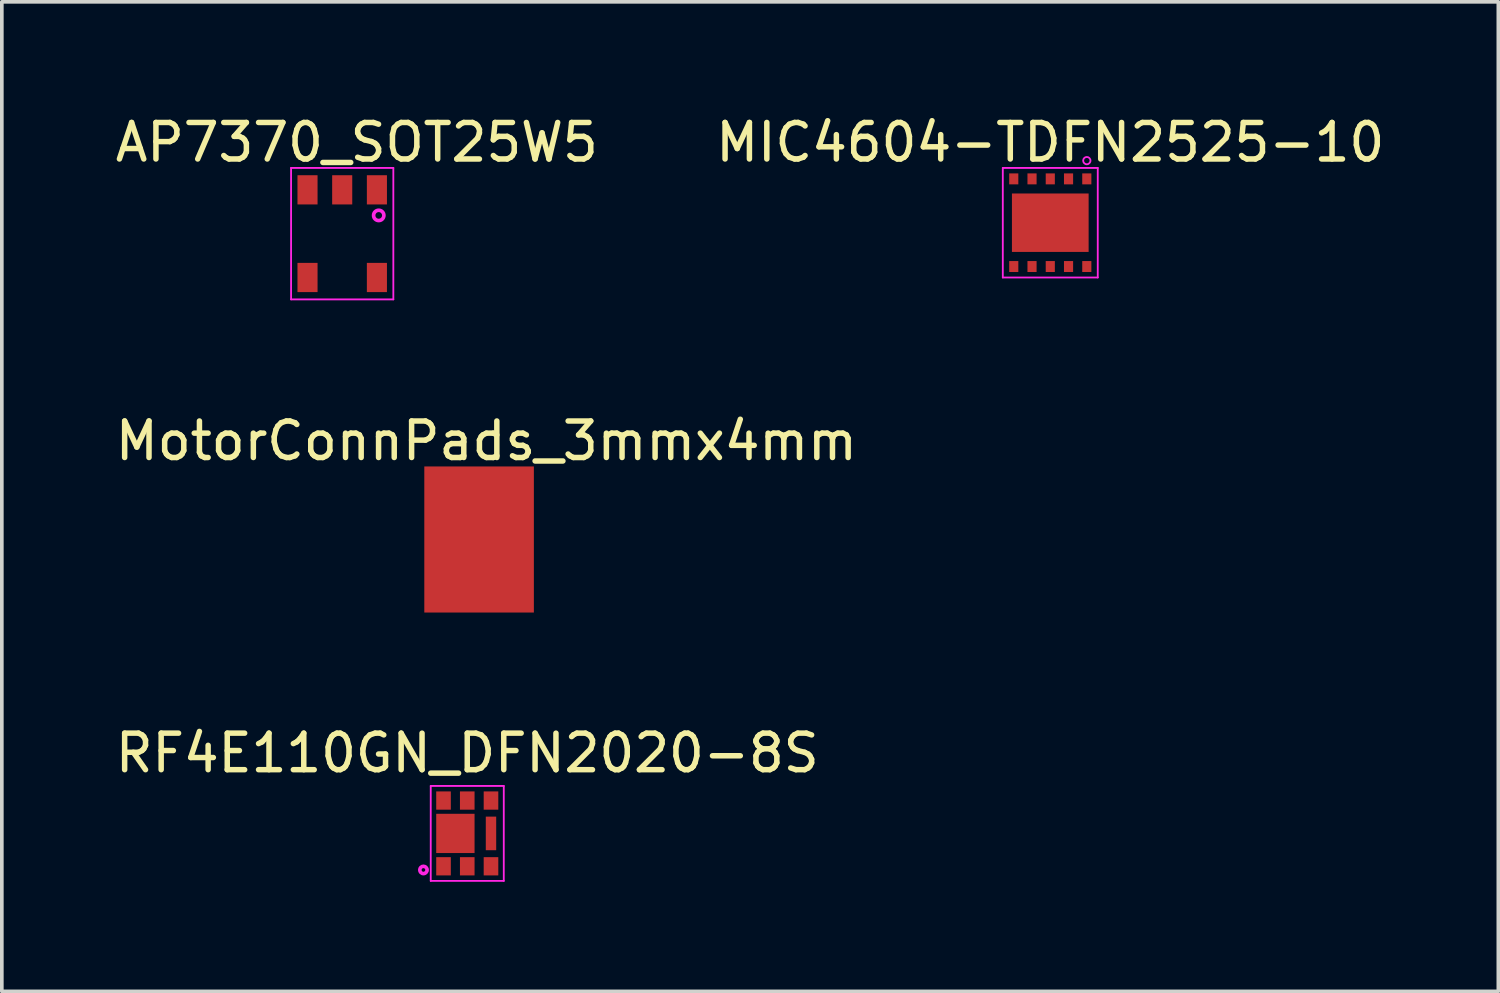
<source format=kicad_pcb>
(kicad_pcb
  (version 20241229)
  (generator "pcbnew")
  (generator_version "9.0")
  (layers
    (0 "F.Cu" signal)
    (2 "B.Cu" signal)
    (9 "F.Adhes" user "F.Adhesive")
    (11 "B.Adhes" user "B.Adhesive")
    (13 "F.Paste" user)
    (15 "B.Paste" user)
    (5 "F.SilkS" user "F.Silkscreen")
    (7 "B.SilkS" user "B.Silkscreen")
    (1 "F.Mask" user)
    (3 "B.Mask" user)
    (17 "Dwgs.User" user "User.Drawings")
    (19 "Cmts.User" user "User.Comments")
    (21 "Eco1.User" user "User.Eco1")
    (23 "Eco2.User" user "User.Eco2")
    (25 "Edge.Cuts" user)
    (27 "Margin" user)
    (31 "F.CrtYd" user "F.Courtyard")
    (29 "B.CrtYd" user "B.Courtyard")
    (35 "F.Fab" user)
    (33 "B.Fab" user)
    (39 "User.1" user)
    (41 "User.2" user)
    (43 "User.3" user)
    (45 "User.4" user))
  (footprint "AP7370_SOT25W5"
    (layer "F.Cu")
    (at 6.32 3.348)
    (property "Reference" "AP7370_SOT25W5" (at 0.4 -2.5 0) (layer "F.SilkS") (effects (font (size 1 1) (thickness 0.15))))
    (attr through_hole)
    (fp_line (start -1.4 -1.8) (end 1.4 -1.8) (stroke (width 0.05) (type solid)) (layer "F.CrtYd"))
    (fp_line (start -1.4 1.8) (end -1.4 -1.8) (stroke (width 0.05) (type solid)) (layer "F.CrtYd"))
    (fp_line (start 1.4 -1.8) (end 1.4 1.8) (stroke (width 0.05) (type solid)) (layer "F.CrtYd"))
    (fp_line (start 1.4 1.8) (end -1.4 1.8) (stroke (width 0.05) (type solid)) (layer "F.CrtYd"))
    (fp_circle (center 1 -0.5) (end 1.141 -0.5) (stroke (width 0.1) (type solid)) (fill no) (layer "F.CrtYd"))
    (pad "1" smd rect (at 0.95 -1.2) (size 0.55 0.8) (layers "F.Cu" "F.Mask" "F.Paste"))
    (pad "2" smd rect (at 0 -1.2) (size 0.55 0.8) (layers "F.Cu" "F.Mask" "F.Paste"))
    (pad "3" smd rect (at -0.95 -1.2) (size 0.55 0.8) (layers "F.Cu" "F.Mask" "F.Paste"))
    (pad "4" smd rect (at -0.95 1.2) (size 0.55 0.8) (layers "F.Cu" "F.Mask" "F.Paste"))
    (pad "5" smd rect (at 0.95 1.2) (size 0.55 0.8) (layers "F.Cu" "F.Mask" "F.Paste")))
  (footprint "MIC4604-TDFN2525-10"
    (layer "F.Cu")
    (at 25.708 3.048)
    (property "Reference" "MIC4604-TDFN2525-10" (at 0 -2.2 0) (layer "F.SilkS") (effects (font (size 1 1) (thickness 0.15))))
    (attr through_hole)
    (fp_line (start -1.3 -1.5) (end 1.3 -1.5) (stroke (width 0.05) (type solid)) (layer "F.CrtYd"))
    (fp_line (start -1.3 1.5) (end -1.3 -1.5) (stroke (width 0.05) (type solid)) (layer "F.CrtYd"))
    (fp_line (start 1.3 -1.5) (end 1.3 1.5) (stroke (width 0.05) (type solid)) (layer "F.CrtYd"))
    (fp_line (start 1.3 1.5) (end -1.3 1.5) (stroke (width 0.05) (type solid)) (layer "F.CrtYd"))
    (fp_circle (center 1 -1.7) (end 1.1 -1.7) (stroke (width 0.05) (type solid)) (fill no) (layer "F.CrtYd"))
    (pad "1" smd rect (at 1 -1.2) (size 0.25 0.3) (layers "F.Cu" "F.Mask" "F.Paste"))
    (pad "2" smd rect (at 0.5 -1.2) (size 0.25 0.3) (layers "F.Cu" "F.Mask" "F.Paste"))
    (pad "3" smd rect (at 0 -1.2) (size 0.25 0.3) (layers "F.Cu" "F.Mask" "F.Paste"))
    (pad "4" smd rect (at -0.5 -1.2) (size 0.25 0.3) (layers "F.Cu" "F.Mask" "F.Paste"))
    (pad "5" smd rect (at -1 -1.2) (size 0.25 0.3) (layers "F.Cu" "F.Mask" "F.Paste"))
    (pad "6" smd rect (at -1 1.2) (size 0.25 0.3) (layers "F.Cu" "F.Mask" "F.Paste"))
    (pad "7" smd rect (at -0.5 1.2) (size 0.25 0.3) (layers "F.Cu" "F.Mask" "F.Paste"))
    (pad "8" smd rect (at 0 1.2) (size 0.25 0.3) (layers "F.Cu" "F.Mask" "F.Paste"))
    (pad "9" smd rect (at 0.5 1.2) (size 0.25 0.3) (layers "F.Cu" "F.Mask" "F.Paste"))
    (pad "10" smd rect (at 1 1.2) (size 0.25 0.3) (layers "F.Cu" "F.Mask" "F.Paste"))
    (pad "11" smd rect (at 0 0) (size 2.1 1.6) (layers "F.Cu" "F.Mask" "F.Paste")))
  (footprint "MotorConnPads_3mmx4mm"
    (layer "F.Cu")
    (at 10.068 11.722)
    (property "Reference" "MotorConnPads_3mmx4mm" (at 0.2 -2.7 0) (layer "F.SilkS") (effects (font (size 1 1) (thickness 0.15))))
    (attr through_hole)
    (pad "1" smd rect (at 0 0) (size 3 4) (layers "F.Cu" "F.Mask" "F.Paste")))
  (footprint "RF4E110GN_DFN2020-8S"
    (layer "F.Cu")
    (at 9.744 19.77)
    (property "Reference" "RF4E110GN_DFN2020-8S" (at 0 -2.2 0) (layer "F.SilkS") (effects (font (size 1 1) (thickness 0.15))))
    (attr through_hole)
    (fp_line (start -1 -1.3) (end -1 1.3) (stroke (width 0.05) (type solid)) (layer "F.CrtYd"))
    (fp_line (start -1 1.3) (end 1 1.3) (stroke (width 0.05) (type solid)) (layer "F.CrtYd"))
    (fp_line (start 1 -1.3) (end -1 -1.3) (stroke (width 0.05) (type solid)) (layer "F.CrtYd"))
    (fp_line (start 1 1.3) (end 1 -1.3) (stroke (width 0.05) (type solid)) (layer "F.CrtYd"))
    (fp_circle (center -1.2 1) (end -1.1 1) (stroke (width 0.1) (type solid)) (fill no) (layer "F.CrtYd"))
    (pad "1" smd rect (at -0.65 0.9) (size 0.4 0.5) (layers "F.Cu" "F.Mask" "F.Paste"))
    (pad "2" smd rect (at 0 0.9) (size 0.4 0.5) (layers "F.Cu" "F.Mask" "F.Paste"))
    (pad "3" smd rect (at 0.65 0.9) (size 0.4 0.5) (layers "F.Cu" "F.Mask" "F.Paste"))
    (pad "4" smd rect (at 0.65 -0.9) (size 0.4 0.5) (layers "F.Cu" "F.Mask" "F.Paste"))
    (pad "5" smd rect (at 0 -0.9) (size 0.4 0.5) (layers "F.Cu" "F.Mask" "F.Paste"))
    (pad "6" smd rect (at -0.65 -0.9) (size 0.4 0.5) (layers "F.Cu" "F.Mask" "F.Paste"))
    (pad "7" smd rect (at -0.325 0) (size 1.05 1.075) (layers "F.Cu" "F.Mask" "F.Paste"))
    (pad "8" smd rect (at 0.65 0) (size 0.285 0.92) (layers "F.Cu" "F.Mask" "F.Paste")))
  (gr_rect
    (start -3 -3)
    (end 37.976 24.095)
    (stroke (width 0.1) (type default))
    (fill no)
    (layer "Edge.Cuts")))
</source>
